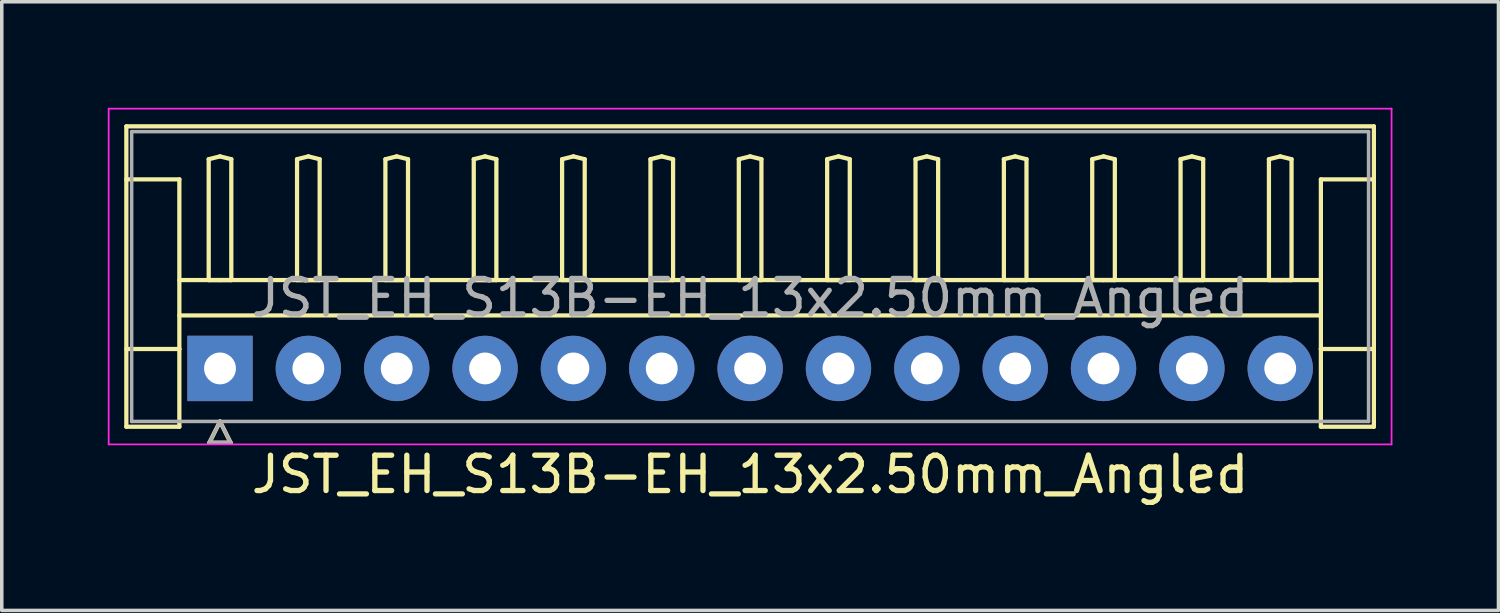
<source format=kicad_pcb>
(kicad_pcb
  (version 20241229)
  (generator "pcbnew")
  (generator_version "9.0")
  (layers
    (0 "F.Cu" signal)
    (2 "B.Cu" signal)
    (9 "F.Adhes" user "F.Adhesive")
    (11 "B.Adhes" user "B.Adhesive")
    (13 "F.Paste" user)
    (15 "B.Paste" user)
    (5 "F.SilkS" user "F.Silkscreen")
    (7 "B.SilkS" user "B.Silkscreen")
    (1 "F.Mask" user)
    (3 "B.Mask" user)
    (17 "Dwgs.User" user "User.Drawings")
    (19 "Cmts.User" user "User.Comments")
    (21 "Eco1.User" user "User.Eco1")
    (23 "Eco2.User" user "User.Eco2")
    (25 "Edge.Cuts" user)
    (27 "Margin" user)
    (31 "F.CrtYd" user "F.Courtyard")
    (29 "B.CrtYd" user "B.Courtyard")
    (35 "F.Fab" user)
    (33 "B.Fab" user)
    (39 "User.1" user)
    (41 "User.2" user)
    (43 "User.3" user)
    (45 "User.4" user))
  (footprint "JST_EH_S13B-EH_13x2.50mm_Angled"
    (layer "F.Cu")
    (at 3.175 7.375)
    (property "Reference" "JST_EH_S13B-EH_13x2.50mm_Angled" (at 15 3 0) (layer "F.SilkS") (effects (font (size 1 1) (thickness 0.15))))
    (attr through_hole)
    (fp_line (start -2.65 -6.85) (end 32.65 -6.85) (stroke (width 0.12) (type solid)) (layer "F.SilkS"))
    (fp_line (start -2.65 -5.35) (end -1.15 -5.35) (stroke (width 0.12) (type solid)) (layer "F.SilkS"))
    (fp_line (start -2.65 1.65) (end -2.65 -6.85) (stroke (width 0.12) (type solid)) (layer "F.SilkS"))
    (fp_line (start -1.15 -5.35) (end -1.15 -0.55) (stroke (width 0.12) (type solid)) (layer "F.SilkS"))
    (fp_line (start -1.15 -2.5) (end 31.15 -2.5) (stroke (width 0.12) (type solid)) (layer "F.SilkS"))
    (fp_line (start -1.15 -1.5) (end 31.15 -1.5) (stroke (width 0.12) (type solid)) (layer "F.SilkS"))
    (fp_line (start -1.15 -0.55) (end -2.65 -0.55) (stroke (width 0.12) (type solid)) (layer "F.SilkS"))
    (fp_line (start -1.15 -0.55) (end -1.15 1.65) (stroke (width 0.12) (type solid)) (layer "F.SilkS"))
    (fp_line (start -1.15 1.65) (end -2.65 1.65) (stroke (width 0.12) (type solid)) (layer "F.SilkS"))
    (fp_line (start -0.32 -5.92) (end 0 -6) (stroke (width 0.12) (type solid)) (layer "F.SilkS"))
    (fp_line (start -0.32 -2.5) (end -0.32 -5.92) (stroke (width 0.12) (type solid)) (layer "F.SilkS"))
    (fp_line (start -0.3 2.1) (end 0.3 2.1) (stroke (width 0.12) (type solid)) (layer "F.SilkS"))
    (fp_line (start 0 -6) (end 0.32 -5.92) (stroke (width 0.12) (type solid)) (layer "F.SilkS"))
    (fp_line (start 0 -2.5) (end -0.32 -2.5) (stroke (width 0.12) (type solid)) (layer "F.SilkS"))
    (fp_line (start 0 1.5) (end -0.3 2.1) (stroke (width 0.12) (type solid)) (layer "F.SilkS"))
    (fp_line (start 0.3 2.1) (end 0 1.5) (stroke (width 0.12) (type solid)) (layer "F.SilkS"))
    (fp_line (start 0.32 -5.92) (end 0.32 -2.5) (stroke (width 0.12) (type solid)) (layer "F.SilkS"))
    (fp_line (start 0.32 -2.5) (end 0 -2.5) (stroke (width 0.12) (type solid)) (layer "F.SilkS"))
    (fp_line (start 2.18 -5.92) (end 2.5 -6) (stroke (width 0.12) (type solid)) (layer "F.SilkS"))
    (fp_line (start 2.18 -2.5) (end 2.18 -5.92) (stroke (width 0.12) (type solid)) (layer "F.SilkS"))
    (fp_line (start 2.5 -6) (end 2.82 -5.92) (stroke (width 0.12) (type solid)) (layer "F.SilkS"))
    (fp_line (start 2.5 -2.5) (end 2.18 -2.5) (stroke (width 0.12) (type solid)) (layer "F.SilkS"))
    (fp_line (start 2.82 -5.92) (end 2.82 -2.5) (stroke (width 0.12) (type solid)) (layer "F.SilkS"))
    (fp_line (start 2.82 -2.5) (end 2.5 -2.5) (stroke (width 0.12) (type solid)) (layer "F.SilkS"))
    (fp_line (start 4.68 -5.92) (end 5 -6) (stroke (width 0.12) (type solid)) (layer "F.SilkS"))
    (fp_line (start 4.68 -2.5) (end 4.68 -5.92) (stroke (width 0.12) (type solid)) (layer "F.SilkS"))
    (fp_line (start 5 -6) (end 5.32 -5.92) (stroke (width 0.12) (type solid)) (layer "F.SilkS"))
    (fp_line (start 5 -2.5) (end 4.68 -2.5) (stroke (width 0.12) (type solid)) (layer "F.SilkS"))
    (fp_line (start 5.32 -5.92) (end 5.32 -2.5) (stroke (width 0.12) (type solid)) (layer "F.SilkS"))
    (fp_line (start 5.32 -2.5) (end 5 -2.5) (stroke (width 0.12) (type solid)) (layer "F.SilkS"))
    (fp_line (start 7.18 -5.92) (end 7.5 -6) (stroke (width 0.12) (type solid)) (layer "F.SilkS"))
    (fp_line (start 7.18 -2.5) (end 7.18 -5.92) (stroke (width 0.12) (type solid)) (layer "F.SilkS"))
    (fp_line (start 7.5 -6) (end 7.82 -5.92) (stroke (width 0.12) (type solid)) (layer "F.SilkS"))
    (fp_line (start 7.5 -2.5) (end 7.18 -2.5) (stroke (width 0.12) (type solid)) (layer "F.SilkS"))
    (fp_line (start 7.82 -5.92) (end 7.82 -2.5) (stroke (width 0.12) (type solid)) (layer "F.SilkS"))
    (fp_line (start 7.82 -2.5) (end 7.5 -2.5) (stroke (width 0.12) (type solid)) (layer "F.SilkS"))
    (fp_line (start 9.68 -5.92) (end 10 -6) (stroke (width 0.12) (type solid)) (layer "F.SilkS"))
    (fp_line (start 9.68 -2.5) (end 9.68 -5.92) (stroke (width 0.12) (type solid)) (layer "F.SilkS"))
    (fp_line (start 10 -6) (end 10.32 -5.92) (stroke (width 0.12) (type solid)) (layer "F.SilkS"))
    (fp_line (start 10 -2.5) (end 9.68 -2.5) (stroke (width 0.12) (type solid)) (layer "F.SilkS"))
    (fp_line (start 10.32 -5.92) (end 10.32 -2.5) (stroke (width 0.12) (type solid)) (layer "F.SilkS"))
    (fp_line (start 10.32 -2.5) (end 10 -2.5) (stroke (width 0.12) (type solid)) (layer "F.SilkS"))
    (fp_line (start 12.18 -5.92) (end 12.5 -6) (stroke (width 0.12) (type solid)) (layer "F.SilkS"))
    (fp_line (start 12.18 -2.5) (end 12.18 -5.92) (stroke (width 0.12) (type solid)) (layer "F.SilkS"))
    (fp_line (start 12.5 -6) (end 12.82 -5.92) (stroke (width 0.12) (type solid)) (layer "F.SilkS"))
    (fp_line (start 12.5 -2.5) (end 12.18 -2.5) (stroke (width 0.12) (type solid)) (layer "F.SilkS"))
    (fp_line (start 12.82 -5.92) (end 12.82 -2.5) (stroke (width 0.12) (type solid)) (layer "F.SilkS"))
    (fp_line (start 12.82 -2.5) (end 12.5 -2.5) (stroke (width 0.12) (type solid)) (layer "F.SilkS"))
    (fp_line (start 14.68 -5.92) (end 15 -6) (stroke (width 0.12) (type solid)) (layer "F.SilkS"))
    (fp_line (start 14.68 -2.5) (end 14.68 -5.92) (stroke (width 0.12) (type solid)) (layer "F.SilkS"))
    (fp_line (start 15 -6) (end 15.32 -5.92) (stroke (width 0.12) (type solid)) (layer "F.SilkS"))
    (fp_line (start 15 -2.5) (end 14.68 -2.5) (stroke (width 0.12) (type solid)) (layer "F.SilkS"))
    (fp_line (start 15.32 -5.92) (end 15.32 -2.5) (stroke (width 0.12) (type solid)) (layer "F.SilkS"))
    (fp_line (start 15.32 -2.5) (end 15 -2.5) (stroke (width 0.12) (type solid)) (layer "F.SilkS"))
    (fp_line (start 17.18 -5.92) (end 17.5 -6) (stroke (width 0.12) (type solid)) (layer "F.SilkS"))
    (fp_line (start 17.18 -2.5) (end 17.18 -5.92) (stroke (width 0.12) (type solid)) (layer "F.SilkS"))
    (fp_line (start 17.5 -6) (end 17.82 -5.92) (stroke (width 0.12) (type solid)) (layer "F.SilkS"))
    (fp_line (start 17.5 -2.5) (end 17.18 -2.5) (stroke (width 0.12) (type solid)) (layer "F.SilkS"))
    (fp_line (start 17.82 -5.92) (end 17.82 -2.5) (stroke (width 0.12) (type solid)) (layer "F.SilkS"))
    (fp_line (start 17.82 -2.5) (end 17.5 -2.5) (stroke (width 0.12) (type solid)) (layer "F.SilkS"))
    (fp_line (start 19.68 -5.92) (end 20 -6) (stroke (width 0.12) (type solid)) (layer "F.SilkS"))
    (fp_line (start 19.68 -2.5) (end 19.68 -5.92) (stroke (width 0.12) (type solid)) (layer "F.SilkS"))
    (fp_line (start 20 -6) (end 20.32 -5.92) (stroke (width 0.12) (type solid)) (layer "F.SilkS"))
    (fp_line (start 20 -2.5) (end 19.68 -2.5) (stroke (width 0.12) (type solid)) (layer "F.SilkS"))
    (fp_line (start 20.32 -5.92) (end 20.32 -2.5) (stroke (width 0.12) (type solid)) (layer "F.SilkS"))
    (fp_line (start 20.32 -2.5) (end 20 -2.5) (stroke (width 0.12) (type solid)) (layer "F.SilkS"))
    (fp_line (start 22.18 -5.92) (end 22.5 -6) (stroke (width 0.12) (type solid)) (layer "F.SilkS"))
    (fp_line (start 22.18 -2.5) (end 22.18 -5.92) (stroke (width 0.12) (type solid)) (layer "F.SilkS"))
    (fp_line (start 22.5 -6) (end 22.82 -5.92) (stroke (width 0.12) (type solid)) (layer "F.SilkS"))
    (fp_line (start 22.5 -2.5) (end 22.18 -2.5) (stroke (width 0.12) (type solid)) (layer "F.SilkS"))
    (fp_line (start 22.82 -5.92) (end 22.82 -2.5) (stroke (width 0.12) (type solid)) (layer "F.SilkS"))
    (fp_line (start 22.82 -2.5) (end 22.5 -2.5) (stroke (width 0.12) (type solid)) (layer "F.SilkS"))
    (fp_line (start 24.68 -5.92) (end 25 -6) (stroke (width 0.12) (type solid)) (layer "F.SilkS"))
    (fp_line (start 24.68 -2.5) (end 24.68 -5.92) (stroke (width 0.12) (type solid)) (layer "F.SilkS"))
    (fp_line (start 25 -6) (end 25.32 -5.92) (stroke (width 0.12) (type solid)) (layer "F.SilkS"))
    (fp_line (start 25 -2.5) (end 24.68 -2.5) (stroke (width 0.12) (type solid)) (layer "F.SilkS"))
    (fp_line (start 25.32 -5.92) (end 25.32 -2.5) (stroke (width 0.12) (type solid)) (layer "F.SilkS"))
    (fp_line (start 25.32 -2.5) (end 25 -2.5) (stroke (width 0.12) (type solid)) (layer "F.SilkS"))
    (fp_line (start 27.18 -5.92) (end 27.5 -6) (stroke (width 0.12) (type solid)) (layer "F.SilkS"))
    (fp_line (start 27.18 -2.5) (end 27.18 -5.92) (stroke (width 0.12) (type solid)) (layer "F.SilkS"))
    (fp_line (start 27.5 -6) (end 27.82 -5.92) (stroke (width 0.12) (type solid)) (layer "F.SilkS"))
    (fp_line (start 27.5 -2.5) (end 27.18 -2.5) (stroke (width 0.12) (type solid)) (layer "F.SilkS"))
    (fp_line (start 27.82 -5.92) (end 27.82 -2.5) (stroke (width 0.12) (type solid)) (layer "F.SilkS"))
    (fp_line (start 27.82 -2.5) (end 27.5 -2.5) (stroke (width 0.12) (type solid)) (layer "F.SilkS"))
    (fp_line (start 29.68 -5.92) (end 30 -6) (stroke (width 0.12) (type solid)) (layer "F.SilkS"))
    (fp_line (start 29.68 -2.5) (end 29.68 -5.92) (stroke (width 0.12) (type solid)) (layer "F.SilkS"))
    (fp_line (start 30 -6) (end 30.32 -5.92) (stroke (width 0.12) (type solid)) (layer "F.SilkS"))
    (fp_line (start 30 -2.5) (end 29.68 -2.5) (stroke (width 0.12) (type solid)) (layer "F.SilkS"))
    (fp_line (start 30.32 -5.92) (end 30.32 -2.5) (stroke (width 0.12) (type solid)) (layer "F.SilkS"))
    (fp_line (start 30.32 -2.5) (end 30 -2.5) (stroke (width 0.12) (type solid)) (layer "F.SilkS"))
    (fp_line (start 31.15 -5.35) (end 31.15 -0.55) (stroke (width 0.12) (type solid)) (layer "F.SilkS"))
    (fp_line (start 31.15 -0.55) (end 32.65 -0.55) (stroke (width 0.12) (type solid)) (layer "F.SilkS"))
    (fp_line (start 31.15 1.65) (end 31.15 -0.55) (stroke (width 0.12) (type solid)) (layer "F.SilkS"))
    (fp_line (start 32.65 -6.85) (end 32.65 1.65) (stroke (width 0.12) (type solid)) (layer "F.SilkS"))
    (fp_line (start 32.65 -5.35) (end 31.15 -5.35) (stroke (width 0.12) (type solid)) (layer "F.SilkS"))
    (fp_line (start 32.65 1.65) (end 31.15 1.65) (stroke (width 0.12) (type solid)) (layer "F.SilkS"))
    (fp_line (start -3.15 -7.35) (end -3.15 2.15) (stroke (width 0.05) (type solid)) (layer "F.CrtYd"))
    (fp_line (start -3.15 2.15) (end 33.15 2.15) (stroke (width 0.05) (type solid)) (layer "F.CrtYd"))
    (fp_line (start 33.15 -7.35) (end -3.15 -7.35) (stroke (width 0.05) (type solid)) (layer "F.CrtYd"))
    (fp_line (start 33.15 2.15) (end 33.15 -7.35) (stroke (width 0.05) (type solid)) (layer "F.CrtYd"))
    (fp_line (start -2.5 -6.7) (end -2.5 1.5) (stroke (width 0.1) (type solid)) (layer "F.Fab"))
    (fp_line (start -2.5 1.5) (end 32.5 1.5) (stroke (width 0.1) (type solid)) (layer "F.Fab"))
    (fp_line (start -0.3 2.1) (end 0.3 2.1) (stroke (width 0.1) (type solid)) (layer "F.Fab"))
    (fp_line (start 0 1.5) (end -0.3 2.1) (stroke (width 0.1) (type solid)) (layer "F.Fab"))
    (fp_line (start 0.3 2.1) (end 0 1.5) (stroke (width 0.1) (type solid)) (layer "F.Fab"))
    (fp_line (start 32.5 -6.7) (end -2.5 -6.7) (stroke (width 0.1) (type solid)) (layer "F.Fab"))
    (fp_line (start 32.5 1.5) (end 32.5 -6.7) (stroke (width 0.1) (type solid)) (layer "F.Fab"))
    (fp_text user "${REFERENCE}" (at 15 -2 0) (layer "F.Fab") (effects (font (size 1 1) (thickness 0.15))))
    (pad "1" thru_hole rect (at 0 0) (size 1.85 1.85) (drill 0.9) (layers "*.Cu" "*.Mask"))
    (pad "2" thru_hole circle (at 2.5 0) (size 1.85 1.85) (drill 0.9) (layers "*.Cu" "*.Mask"))
    (pad "3" thru_hole circle (at 5 0) (size 1.85 1.85) (drill 0.9) (layers "*.Cu" "*.Mask"))
    (pad "4" thru_hole circle (at 7.5 0) (size 1.85 1.85) (drill 0.9) (layers "*.Cu" "*.Mask"))
    (pad "5" thru_hole circle (at 10 0) (size 1.85 1.85) (drill 0.9) (layers "*.Cu" "*.Mask"))
    (pad "6" thru_hole circle (at 12.5 0) (size 1.85 1.85) (drill 0.9) (layers "*.Cu" "*.Mask"))
    (pad "7" thru_hole circle (at 15 0) (size 1.85 1.85) (drill 0.9) (layers "*.Cu" "*.Mask"))
    (pad "8" thru_hole circle (at 17.5 0) (size 1.85 1.85) (drill 0.9) (layers "*.Cu" "*.Mask"))
    (pad "9" thru_hole circle (at 20 0) (size 1.85 1.85) (drill 0.9) (layers "*.Cu" "*.Mask"))
    (pad "10" thru_hole circle (at 22.5 0) (size 1.85 1.85) (drill 0.9) (layers "*.Cu" "*.Mask"))
    (pad "11" thru_hole circle (at 25 0) (size 1.85 1.85) (drill 0.9) (layers "*.Cu" "*.Mask"))
    (pad "12" thru_hole circle (at 27.5 0) (size 1.85 1.85) (drill 0.9) (layers "*.Cu" "*.Mask"))
    (pad "13" thru_hole circle (at 30 0) (size 1.85 1.85) (drill 0.9) (layers "*.Cu" "*.Mask")))
  (gr_rect
    (start -3 -3)
    (end 39.35 14.223)
    (stroke (width 0.1) (type default))
    (fill no)
    (layer "Edge.Cuts")))
</source>
